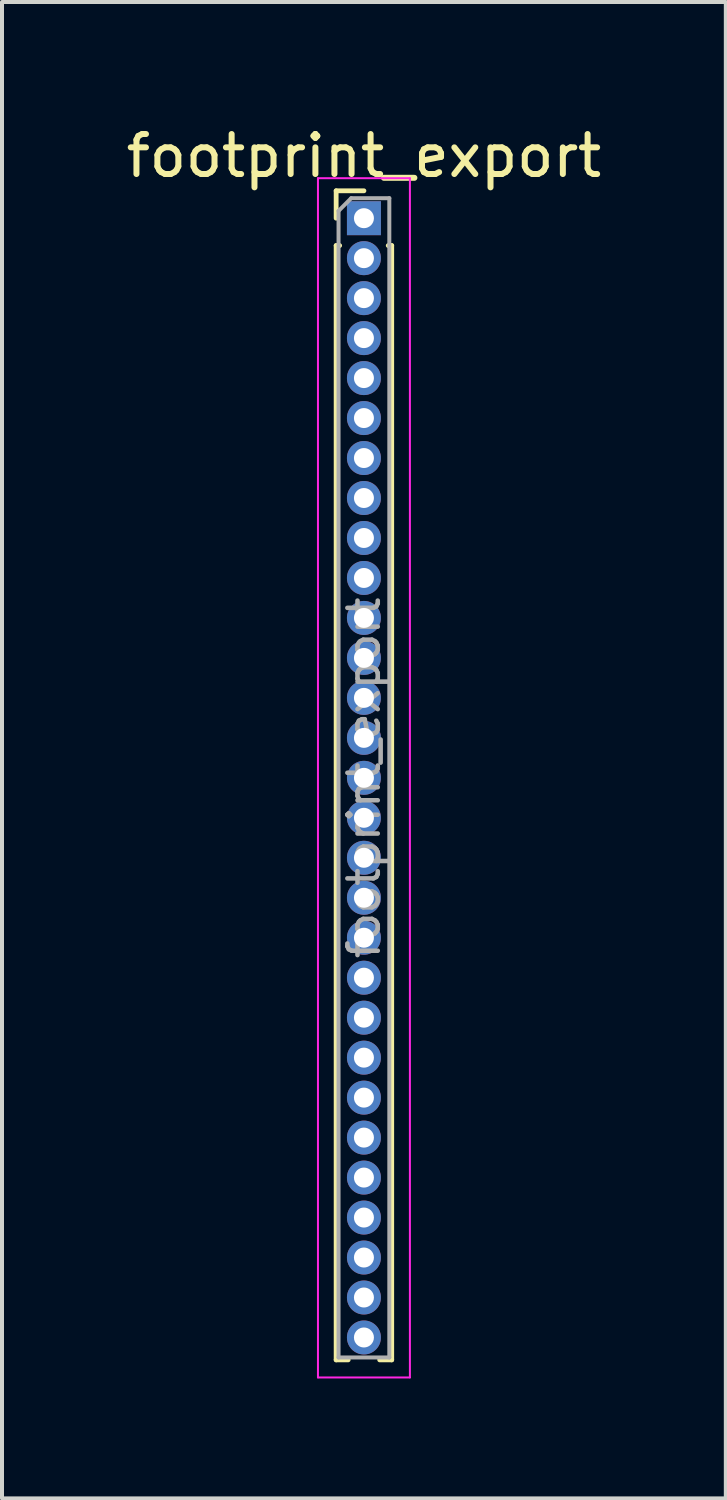
<source format=kicad_pcb>
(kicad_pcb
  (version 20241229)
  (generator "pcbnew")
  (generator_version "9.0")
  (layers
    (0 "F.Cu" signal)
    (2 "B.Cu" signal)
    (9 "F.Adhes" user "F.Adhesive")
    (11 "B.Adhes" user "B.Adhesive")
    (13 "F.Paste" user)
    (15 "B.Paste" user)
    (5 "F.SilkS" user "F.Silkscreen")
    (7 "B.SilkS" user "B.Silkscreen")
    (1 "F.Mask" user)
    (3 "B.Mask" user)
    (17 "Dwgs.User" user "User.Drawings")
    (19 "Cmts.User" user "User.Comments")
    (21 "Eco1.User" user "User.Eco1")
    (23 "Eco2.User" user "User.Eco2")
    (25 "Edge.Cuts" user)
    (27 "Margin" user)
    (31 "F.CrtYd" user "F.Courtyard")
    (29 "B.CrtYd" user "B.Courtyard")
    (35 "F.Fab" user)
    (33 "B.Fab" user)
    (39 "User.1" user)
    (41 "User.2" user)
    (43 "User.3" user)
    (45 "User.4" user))
  (footprint "footprint_export"
    (layer "F.Cu")
    (at 6.054 2.408)
    (property "Reference" "footprint_export" (at 0 -1.56 0) (layer "F.SilkS") (effects (font (size 1 1) (thickness 0.15))))
    (attr through_hole)
    (fp_line (start -0.695 -0.685) (end 0 -0.685) (stroke (width 0.12) (type solid)) (layer "F.SilkS"))
    (fp_line (start -0.695 0) (end -0.695 -0.685) (stroke (width 0.12) (type solid)) (layer "F.SilkS"))
    (fp_line (start -0.695 0.685) (end -0.695 28.56) (stroke (width 0.12) (type solid)) (layer "F.SilkS"))
    (fp_line (start -0.695 0.685) (end -0.608 0.685) (stroke (width 0.12) (type solid)) (layer "F.SilkS"))
    (fp_line (start -0.695 28.56) (end -0.394 28.56) (stroke (width 0.12) (type solid)) (layer "F.SilkS"))
    (fp_line (start 0.394 28.56) (end 0.695 28.56) (stroke (width 0.12) (type solid)) (layer "F.SilkS"))
    (fp_line (start 0.608 0.685) (end 0.695 0.685) (stroke (width 0.12) (type solid)) (layer "F.SilkS"))
    (fp_line (start 0.695 0.685) (end 0.695 28.56) (stroke (width 0.12) (type solid)) (layer "F.SilkS"))
    (fp_line (start -1.15 -1) (end -1.15 29) (stroke (width 0.05) (type solid)) (layer "F.CrtYd"))
    (fp_line (start -1.15 29) (end 1.15 29) (stroke (width 0.05) (type solid)) (layer "F.CrtYd"))
    (fp_line (start 1.15 -1) (end -1.15 -1) (stroke (width 0.05) (type solid)) (layer "F.CrtYd"))
    (fp_line (start 1.15 29) (end 1.15 -1) (stroke (width 0.05) (type solid)) (layer "F.CrtYd"))
    (fp_line (start -0.635 -0.182) (end -0.318 -0.5) (stroke (width 0.1) (type solid)) (layer "F.Fab"))
    (fp_line (start -0.635 28.5) (end -0.635 -0.182) (stroke (width 0.1) (type solid)) (layer "F.Fab"))
    (fp_line (start -0.318 -0.5) (end 0.635 -0.5) (stroke (width 0.1) (type solid)) (layer "F.Fab"))
    (fp_line (start 0.635 -0.5) (end 0.635 28.5) (stroke (width 0.1) (type solid)) (layer "F.Fab"))
    (fp_line (start 0.635 28.5) (end -0.635 28.5) (stroke (width 0.1) (type solid)) (layer "F.Fab"))
    (fp_text user "${REFERENCE}" (at 0 14 90) (layer "F.Fab") (effects (font (size 0.76 0.76) (thickness 0.114))))
    (pad "1" thru_hole rect (at 0 0) (size 0.85 0.85) (drill 0.5) (layers "*.Cu" "*.Mask"))
    (pad "2" thru_hole oval (at 0 1) (size 0.85 0.85) (drill 0.5) (layers "*.Cu" "*.Mask"))
    (pad "3" thru_hole oval (at 0 2) (size 0.85 0.85) (drill 0.5) (layers "*.Cu" "*.Mask"))
    (pad "4" thru_hole oval (at 0 3) (size 0.85 0.85) (drill 0.5) (layers "*.Cu" "*.Mask"))
    (pad "5" thru_hole oval (at 0 4) (size 0.85 0.85) (drill 0.5) (layers "*.Cu" "*.Mask"))
    (pad "6" thru_hole oval (at 0 5) (size 0.85 0.85) (drill 0.5) (layers "*.Cu" "*.Mask"))
    (pad "7" thru_hole oval (at 0 6) (size 0.85 0.85) (drill 0.5) (layers "*.Cu" "*.Mask"))
    (pad "8" thru_hole oval (at 0 7) (size 0.85 0.85) (drill 0.5) (layers "*.Cu" "*.Mask"))
    (pad "9" thru_hole oval (at 0 8) (size 0.85 0.85) (drill 0.5) (layers "*.Cu" "*.Mask"))
    (pad "10" thru_hole oval (at 0 9) (size 0.85 0.85) (drill 0.5) (layers "*.Cu" "*.Mask"))
    (pad "11" thru_hole oval (at 0 10) (size 0.85 0.85) (drill 0.5) (layers "*.Cu" "*.Mask"))
    (pad "12" thru_hole oval (at 0 11) (size 0.85 0.85) (drill 0.5) (layers "*.Cu" "*.Mask"))
    (pad "13" thru_hole oval (at 0 12) (size 0.85 0.85) (drill 0.5) (layers "*.Cu" "*.Mask"))
    (pad "14" thru_hole oval (at 0 13) (size 0.85 0.85) (drill 0.5) (layers "*.Cu" "*.Mask"))
    (pad "15" thru_hole oval (at 0 14) (size 0.85 0.85) (drill 0.5) (layers "*.Cu" "*.Mask"))
    (pad "16" thru_hole oval (at 0 15) (size 0.85 0.85) (drill 0.5) (layers "*.Cu" "*.Mask"))
    (pad "17" thru_hole oval (at 0 16) (size 0.85 0.85) (drill 0.5) (layers "*.Cu" "*.Mask"))
    (pad "18" thru_hole oval (at 0 17) (size 0.85 0.85) (drill 0.5) (layers "*.Cu" "*.Mask"))
    (pad "19" thru_hole oval (at 0 18) (size 0.85 0.85) (drill 0.5) (layers "*.Cu" "*.Mask"))
    (pad "20" thru_hole oval (at 0 19) (size 0.85 0.85) (drill 0.5) (layers "*.Cu" "*.Mask"))
    (pad "21" thru_hole oval (at 0 20) (size 0.85 0.85) (drill 0.5) (layers "*.Cu" "*.Mask"))
    (pad "22" thru_hole oval (at 0 21) (size 0.85 0.85) (drill 0.5) (layers "*.Cu" "*.Mask"))
    (pad "23" thru_hole oval (at 0 22) (size 0.85 0.85) (drill 0.5) (layers "*.Cu" "*.Mask"))
    (pad "24" thru_hole oval (at 0 23) (size 0.85 0.85) (drill 0.5) (layers "*.Cu" "*.Mask"))
    (pad "25" thru_hole oval (at 0 24) (size 0.85 0.85) (drill 0.5) (layers "*.Cu" "*.Mask"))
    (pad "26" thru_hole oval (at 0 25) (size 0.85 0.85) (drill 0.5) (layers "*.Cu" "*.Mask"))
    (pad "27" thru_hole oval (at 0 26) (size 0.85 0.85) (drill 0.5) (layers "*.Cu" "*.Mask"))
    (pad "28" thru_hole oval (at 0 27) (size 0.85 0.85) (drill 0.5) (layers "*.Cu" "*.Mask"))
    (pad "29" thru_hole oval (at 0 28) (size 0.85 0.85) (drill 0.5) (layers "*.Cu" "*.Mask")))
  (gr_rect
    (start -3 -3)
    (end 15.107 34.433)
    (stroke (width 0.1) (type default))
    (fill no)
    (layer "Edge.Cuts")))
</source>
